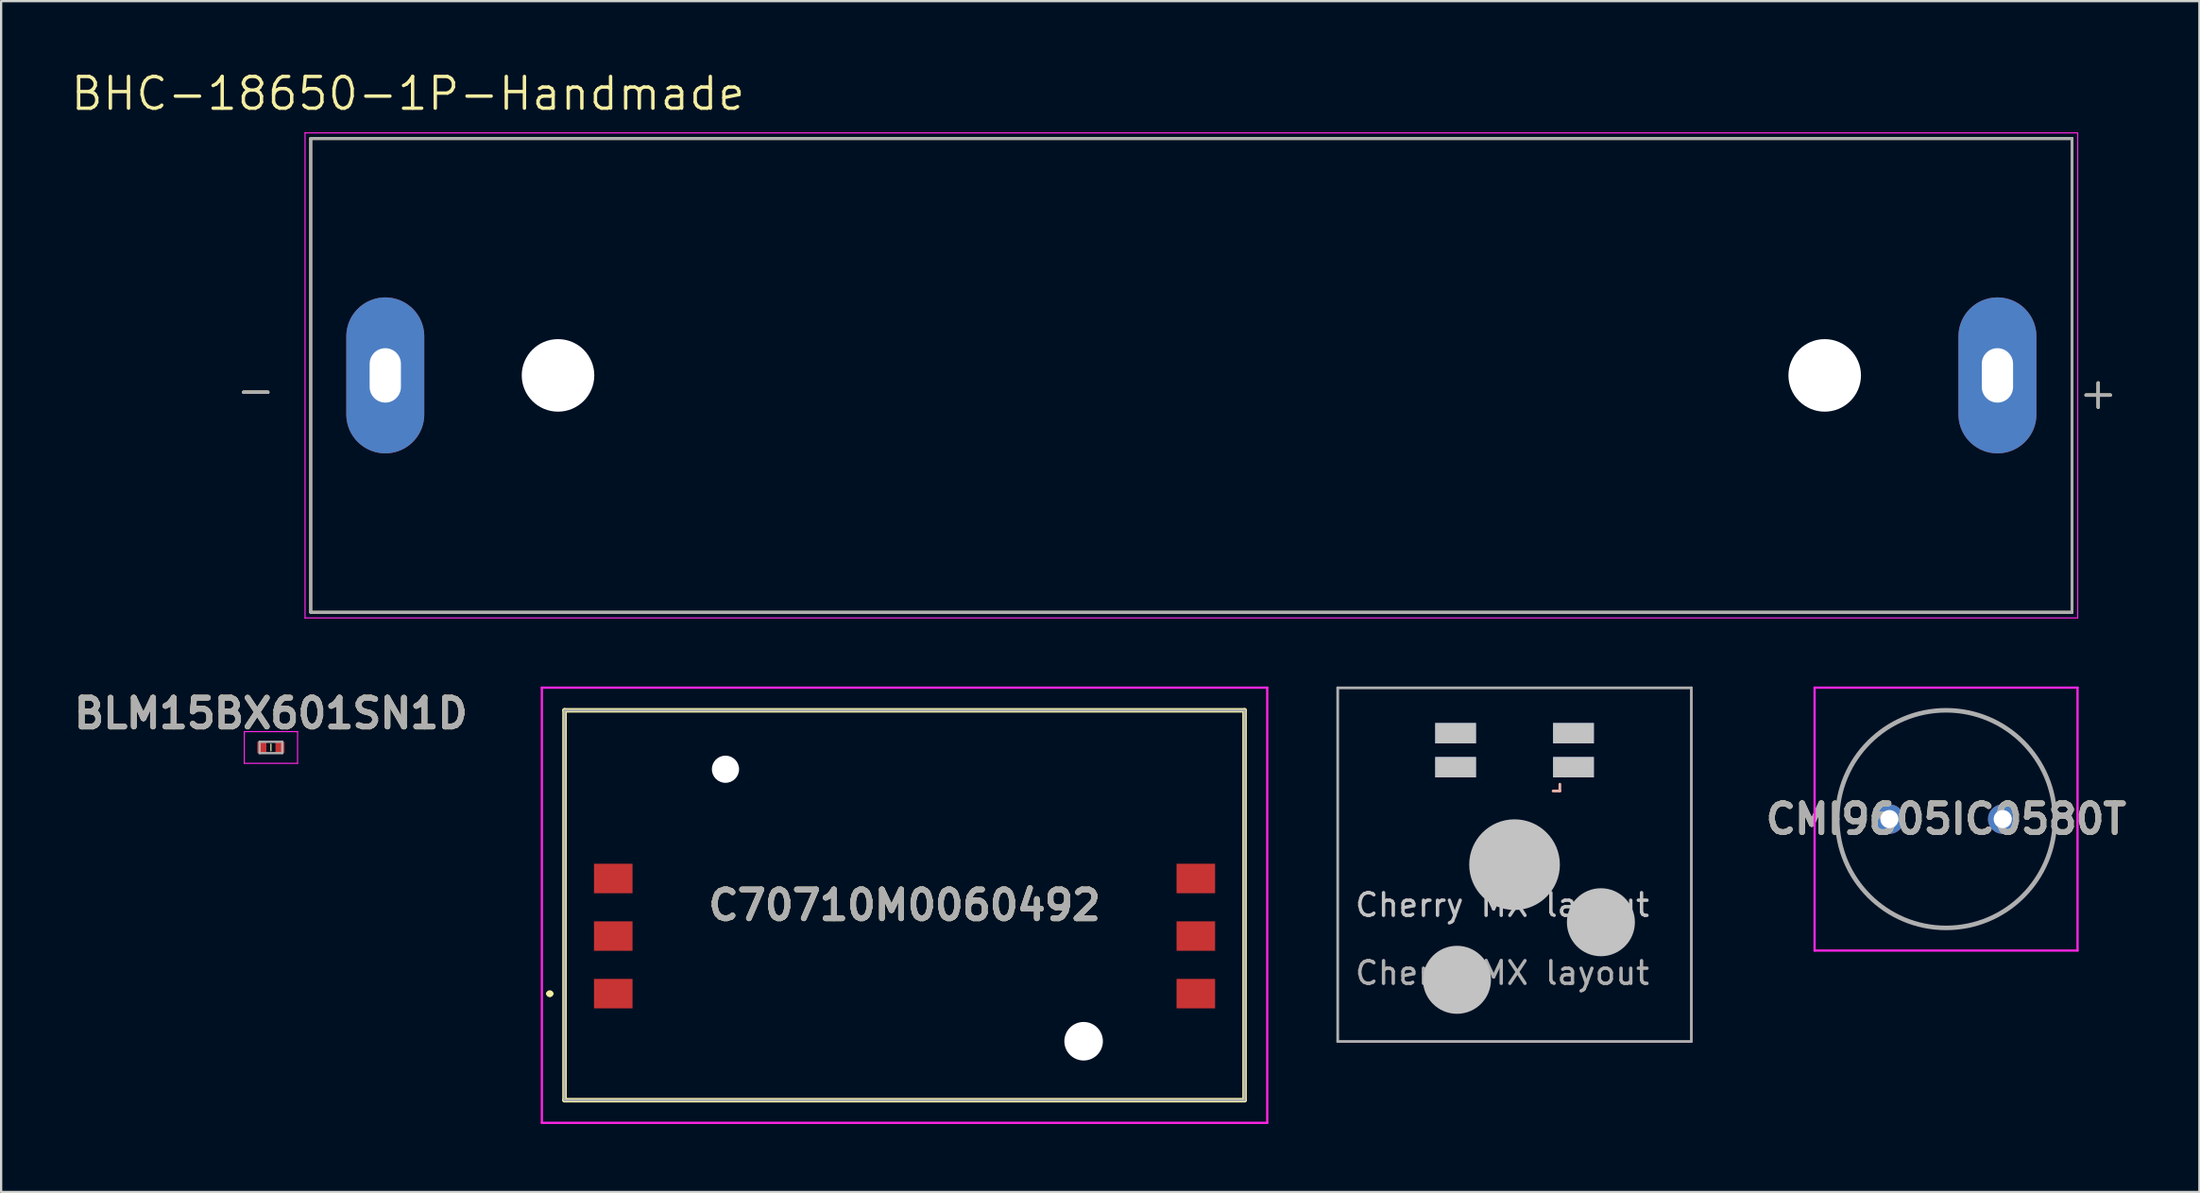
<source format=kicad_pcb>
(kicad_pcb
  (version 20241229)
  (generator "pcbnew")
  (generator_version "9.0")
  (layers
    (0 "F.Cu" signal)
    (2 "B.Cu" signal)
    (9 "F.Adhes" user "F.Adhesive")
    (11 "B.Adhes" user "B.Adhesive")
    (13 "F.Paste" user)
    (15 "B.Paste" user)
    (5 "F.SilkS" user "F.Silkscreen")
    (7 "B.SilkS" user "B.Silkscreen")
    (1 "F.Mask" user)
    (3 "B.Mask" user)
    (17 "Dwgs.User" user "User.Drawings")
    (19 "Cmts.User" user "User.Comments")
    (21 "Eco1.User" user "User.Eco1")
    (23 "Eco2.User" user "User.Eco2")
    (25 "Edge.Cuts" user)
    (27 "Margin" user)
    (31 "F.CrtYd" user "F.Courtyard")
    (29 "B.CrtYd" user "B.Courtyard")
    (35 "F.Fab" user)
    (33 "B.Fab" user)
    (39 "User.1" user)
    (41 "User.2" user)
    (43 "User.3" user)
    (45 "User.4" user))
  (footprint "Cherry MX layout"
    (layer "F.Cu")
    (at 63.224 37.376)
    (property "Reference" "Cherry MX layout" (at 0 -0.5 0) (unlocked yes) (layer "Dwgs.User") (effects (font (size 1 1) (thickness 0.15))))
    (attr through_hole)
    (fp_line (start 2.24 -5.53) (end 2.54 -5.53) (stroke (width 0.12) (type solid)) (layer "B.SilkS"))
    (fp_line (start 2.54 -5.53) (end 2.54 -5.83) (stroke (width 0.12) (type solid)) (layer "B.SilkS"))
    (fp_line (start -7.26 -10.08) (end -7.26 5.52) (stroke (width 0.12) (type solid)) (layer "F.Fab"))
    (fp_line (start -7.26 -10.08) (end 8.34 -10.08) (stroke (width 0.12) (type solid)) (layer "F.Fab"))
    (fp_line (start 8.34 -10.08) (end 8.34 5.52) (stroke (width 0.12) (type solid)) (layer "F.Fab"))
    (fp_line (start 8.34 5.52) (end -7.26 5.52) (stroke (width 0.12) (type solid)) (layer "F.Fab"))
    (fp_text user "${REFERENCE}" (at 0 2.5 0) (unlocked yes) (layer "F.Fab") (effects (font (size 1 1) (thickness 0.15))))
    (pad "" smd rect (at -2.06 -8.08 180) (size 1.8 0.9) (layers "B.Cu" "B.Paste" "Dwgs.User"))
    (pad "" smd rect (at -2.06 -6.58 180) (size 1.8 0.9) (layers "B.Cu" "Dwgs.User"))
    (pad "" smd circle (at -2 2.8 180) (size 3 3) (layers "Dwgs.User"))
    (pad "" smd circle (at 0.54 -2.28 180) (size 4 4) (layers "Dwgs.User"))
    (pad "" smd rect (at 3.14 -8.08 180) (size 1.8 0.9) (layers "B.Cu" "Dwgs.User"))
    (pad "" smd rect (at 3.14 -6.58 180) (size 1.8 0.9) (layers "B.Cu" "Dwgs.User"))
    (pad "" smd circle (at 4.35 0.26 180) (size 3 3) (layers "Dwgs.User")))
  (footprint "BHC-18650-1P-Handmade"
    (layer "F.Cu")
    (at 49.507 13.511)
    (property "Reference" "BHC-18650-1P-Handmade" (at -34.555 -12.429 0) (layer "F.SilkS") (effects (font (size 1.4 1.4) (thickness 0.15))))
    (attr through_hole)
    (fp_line (start -38.85 -10.45) (end -38.85 10.45) (stroke (width 0.127) (type solid)) (layer "F.SilkS"))
    (fp_line (start -38.85 10.45) (end 38.85 10.45) (stroke (width 0.127) (type solid)) (layer "F.SilkS"))
    (fp_line (start 38.85 -10.45) (end -38.85 -10.45) (stroke (width 0.127) (type solid)) (layer "F.SilkS"))
    (fp_line (start 38.85 10.45) (end 38.85 -10.45) (stroke (width 0.127) (type solid)) (layer "F.SilkS"))
    (fp_line (start -39.1 -10.7) (end -39.1 10.7) (stroke (width 0.05) (type solid)) (layer "F.CrtYd"))
    (fp_line (start -39.1 10.7) (end 39.1 10.7) (stroke (width 0.05) (type solid)) (layer "F.CrtYd"))
    (fp_line (start 39.1 -10.7) (end -39.1 -10.7) (stroke (width 0.05) (type solid)) (layer "F.CrtYd"))
    (fp_line (start 39.1 10.7) (end 39.1 -10.7) (stroke (width 0.05) (type solid)) (layer "F.CrtYd"))
    (fp_line (start -38.85 -10.45) (end -38.85 10.45) (stroke (width 0.127) (type solid)) (layer "F.Fab"))
    (fp_line (start -38.85 10.45) (end 38.85 10.45) (stroke (width 0.127) (type solid)) (layer "F.Fab"))
    (fp_line (start 38.85 -10.45) (end -38.85 -10.45) (stroke (width 0.127) (type solid)) (layer "F.Fab"))
    (fp_line (start 38.85 10.45) (end 38.85 -10.45) (stroke (width 0.127) (type solid)) (layer "F.Fab"))
    (fp_text user "-" (at -41.275 0.635 0) (layer "F.SilkS") (effects (font (size 1.4 1.4) (thickness 0.15))))
    (fp_text user "+" (at 40.005 0.762 0) (layer "F.SilkS") (effects (font (size 1.4 1.4) (thickness 0.15))))
    (fp_text user "+" (at 40.005 0.762 0) (layer "F.Fab") (effects (font (size 1.4 1.4) (thickness 0.15))))
    (fp_text user "-" (at -41.275 0.635 0) (layer "F.Fab") (effects (font (size 1.4 1.4) (thickness 0.15))))
    (pad "" np_thru_hole circle (at -27.94 0) (size 3.2 3.2) (drill 3.2) (layers "*.Cu" "*.Mask"))
    (pad "" np_thru_hole circle (at 27.94 0) (size 3.2 3.2) (drill 3.2) (layers "*.Cu" "*.Mask"))
    (pad "1" thru_hole oval (at 35.56 0) (size 3.44 6.88) (drill oval 1.38 2.4) (layers "*.Cu" "*.Mask"))
    (pad "2" thru_hole oval (at -35.56 0) (size 3.44 6.88) (drill oval 1.38 2.4) (layers "*.Cu" "*.Mask")))
  (footprint "CMI9605IC0580T"
    (layer "F.Cu")
    (at 80.301 33.086)
    (property "Reference" "CMI9605IC0580T" (at 2.5 0 0) (layer "F.SilkS") (effects (font (size 1.27 1.27) (thickness 0.254))))
    (attr through_hole)
    (fp_line (start -2.3 0) (end -2.3 0) (stroke (width 0.1) (type solid)) (layer "F.SilkS"))
    (fp_line (start 7.3 0) (end 7.3 0) (stroke (width 0.1) (type solid)) (layer "F.SilkS"))
    (fp_arc (start -2.3 0) (mid 2.5 -4.8) (end 7.3 0) (stroke (width 0.1) (type solid)) (layer "F.SilkS"))
    (fp_arc (start 7.3 0) (mid 2.5 4.8) (end -2.3 0) (stroke (width 0.1) (type solid)) (layer "F.SilkS"))
    (fp_line (start -3.3 -5.8) (end 8.3 -5.8) (stroke (width 0.1) (type solid)) (layer "F.CrtYd"))
    (fp_line (start -3.3 5.8) (end -3.3 -5.8) (stroke (width 0.1) (type solid)) (layer "F.CrtYd"))
    (fp_line (start 8.3 -5.8) (end 8.3 5.8) (stroke (width 0.1) (type solid)) (layer "F.CrtYd"))
    (fp_line (start 8.3 5.8) (end -3.3 5.8) (stroke (width 0.1) (type solid)) (layer "F.CrtYd"))
    (fp_line (start -2.3 0) (end -2.3 0) (stroke (width 0.2) (type solid)) (layer "F.Fab"))
    (fp_line (start 7.3 0) (end 7.3 0) (stroke (width 0.2) (type solid)) (layer "F.Fab"))
    (fp_arc (start -2.3 0) (mid 2.5 -4.8) (end 7.3 0) (stroke (width 0.2) (type solid)) (layer "F.Fab"))
    (fp_arc (start 7.3 0) (mid 2.5 4.8) (end -2.3 0) (stroke (width 0.2) (type solid)) (layer "F.Fab"))
    (fp_text user "${REFERENCE}" (at 2.5 0 0) (layer "F.Fab") (effects (font (size 1.27 1.27) (thickness 0.254))))
    (pad "1" thru_hole circle (at 0 0) (size 1.3 1.3) (drill 0.8) (layers "*.Cu" "*.Mask"))
    (pad "2" thru_hole circle (at 5 0) (size 1.3 1.3) (drill 0.8) (layers "*.Cu" "*.Mask")))
  (footprint "BLM15BX601SN1D"
    (layer "F.Cu")
    (at 8.902 29.925)
    (property "Reference" "BLM15BX601SN1D" (at 0 -1.5 0) (layer "F.SilkS") (effects (font (size 1.27 1.27) (thickness 0.254))))
    (attr smd)
    (fp_line (start 0 -0.15) (end 0 0.15) (stroke (width 0.05) (type solid)) (layer "F.SilkS"))
    (fp_line (start -1.175 -0.7) (end 1.175 -0.7) (stroke (width 0.05) (type solid)) (layer "F.CrtYd"))
    (fp_line (start -1.175 0.7) (end -1.175 -0.7) (stroke (width 0.05) (type solid)) (layer "F.CrtYd"))
    (fp_line (start 1.175 -0.7) (end 1.175 0.7) (stroke (width 0.05) (type solid)) (layer "F.CrtYd"))
    (fp_line (start 1.175 0.7) (end -1.175 0.7) (stroke (width 0.05) (type solid)) (layer "F.CrtYd"))
    (fp_line (start -0.5 -0.25) (end 0.5 -0.25) (stroke (width 0.1) (type solid)) (layer "F.Fab"))
    (fp_line (start -0.5 0.25) (end -0.5 -0.25) (stroke (width 0.1) (type solid)) (layer "F.Fab"))
    (fp_line (start 0.5 -0.25) (end 0.5 0.25) (stroke (width 0.1) (type solid)) (layer "F.Fab"))
    (fp_line (start 0.5 0.25) (end -0.5 0.25) (stroke (width 0.1) (type solid)) (layer "F.Fab"))
    (fp_text user "${REFERENCE}" (at 0 -1.5 0) (layer "F.Fab") (effects (font (size 1.27 1.27) (thickness 0.254))))
    (pad "1" smd rect (at -0.4 0) (size 0.4 0.5) (layers "F.Cu" "F.Mask" "F.Paste"))
    (pad "2" smd rect (at 0.4 0) (size 0.4 0.5) (layers "F.Cu" "F.Mask" "F.Paste")))
  (footprint "C70710M0060492"
    (layer "F.Cu")
    (at 36.854 36.886)
    (property "Reference" "C70710M0060492" (at 0 0 0) (layer "F.SilkS") (effects (font (size 1.27 1.27) (thickness 0.254))))
    (attr through_hole)
    (fp_line (start -15.7 3.9) (end -15.7 3.9) (stroke (width 0.2) (type solid)) (layer "F.SilkS"))
    (fp_line (start -15.7 3.9) (end -15.7 3.9) (stroke (width 0.2) (type solid)) (layer "F.SilkS"))
    (fp_line (start -15.6 3.9) (end -15.6 3.9) (stroke (width 0.2) (type solid)) (layer "F.SilkS"))
    (fp_line (start -15 -8.6) (end -15 8.6) (stroke (width 0.2) (type solid)) (layer "F.SilkS"))
    (fp_line (start -15 8.6) (end 15 8.6) (stroke (width 0.2) (type solid)) (layer "F.SilkS"))
    (fp_line (start 15 -8.6) (end -15 -8.6) (stroke (width 0.2) (type solid)) (layer "F.SilkS"))
    (fp_line (start 15 8.6) (end 15 -8.6) (stroke (width 0.2) (type solid)) (layer "F.SilkS"))
    (fp_arc (start -15.7 3.9) (mid -15.65 3.85) (end -15.6 3.9) (stroke (width 0.2) (type solid)) (layer "F.SilkS"))
    (fp_arc (start -15.6 3.9) (mid -15.65 3.95) (end -15.7 3.9) (stroke (width 0.2) (type solid)) (layer "F.SilkS"))
    (fp_arc (start -15.6 3.9) (mid -15.65 3.95) (end -15.7 3.9) (stroke (width 0.2) (type solid)) (layer "F.SilkS"))
    (fp_line (start -16 -9.6) (end 16 -9.6) (stroke (width 0.1) (type solid)) (layer "F.CrtYd"))
    (fp_line (start -16 9.6) (end -16 -9.6) (stroke (width 0.1) (type solid)) (layer "F.CrtYd"))
    (fp_line (start 16 -9.6) (end 16 9.6) (stroke (width 0.1) (type solid)) (layer "F.CrtYd"))
    (fp_line (start 16 9.6) (end -16 9.6) (stroke (width 0.1) (type solid)) (layer "F.CrtYd"))
    (fp_line (start -15 -8.6) (end -15 8.6) (stroke (width 0.1) (type solid)) (layer "F.Fab"))
    (fp_line (start -15 8.6) (end 15 8.6) (stroke (width 0.1) (type solid)) (layer "F.Fab"))
    (fp_line (start 15 -8.6) (end -15 -8.6) (stroke (width 0.1) (type solid)) (layer "F.Fab"))
    (fp_line (start 15 8.6) (end 15 -8.6) (stroke (width 0.1) (type solid)) (layer "F.Fab"))
    (fp_text user "${REFERENCE}" (at 0 0 0) (layer "F.Fab") (effects (font (size 1.27 1.27) (thickness 0.254))))
    (pad "" np_thru_hole circle (at -7.9 -6) (size 1.2 1.2) (drill 1.2) (layers "*.Cu" "*.Mask"))
    (pad "" np_thru_hole circle (at 7.9 6) (size 1.7 1.7) (drill 1.7) (layers "*.Cu" "*.Mask"))
    (pad "C1" smd rect (at -12.85 3.9 90) (size 1.3 1.7) (layers "F.Cu" "F.Mask" "F.Paste"))
    (pad "C2" smd rect (at -12.85 1.36 90) (size 1.3 1.7) (layers "F.Cu" "F.Mask" "F.Paste"))
    (pad "C3" smd rect (at -12.85 -1.18 90) (size 1.3 1.7) (layers "F.Cu" "F.Mask" "F.Paste"))
    (pad "C5" smd rect (at 12.85 3.9 90) (size 1.3 1.7) (layers "F.Cu" "F.Mask" "F.Paste"))
    (pad "C6" smd rect (at 12.85 1.36 90) (size 1.3 1.7) (layers "F.Cu" "F.Mask" "F.Paste"))
    (pad "C7" smd rect (at 12.85 -1.18 90) (size 1.3 1.7) (layers "F.Cu" "F.Mask" "F.Paste")))
  (gr_rect
    (start -3 -3)
    (end 93.977 49.536)
    (stroke (width 0.1) (type default))
    (fill no)
    (layer "Edge.Cuts")))
</source>
